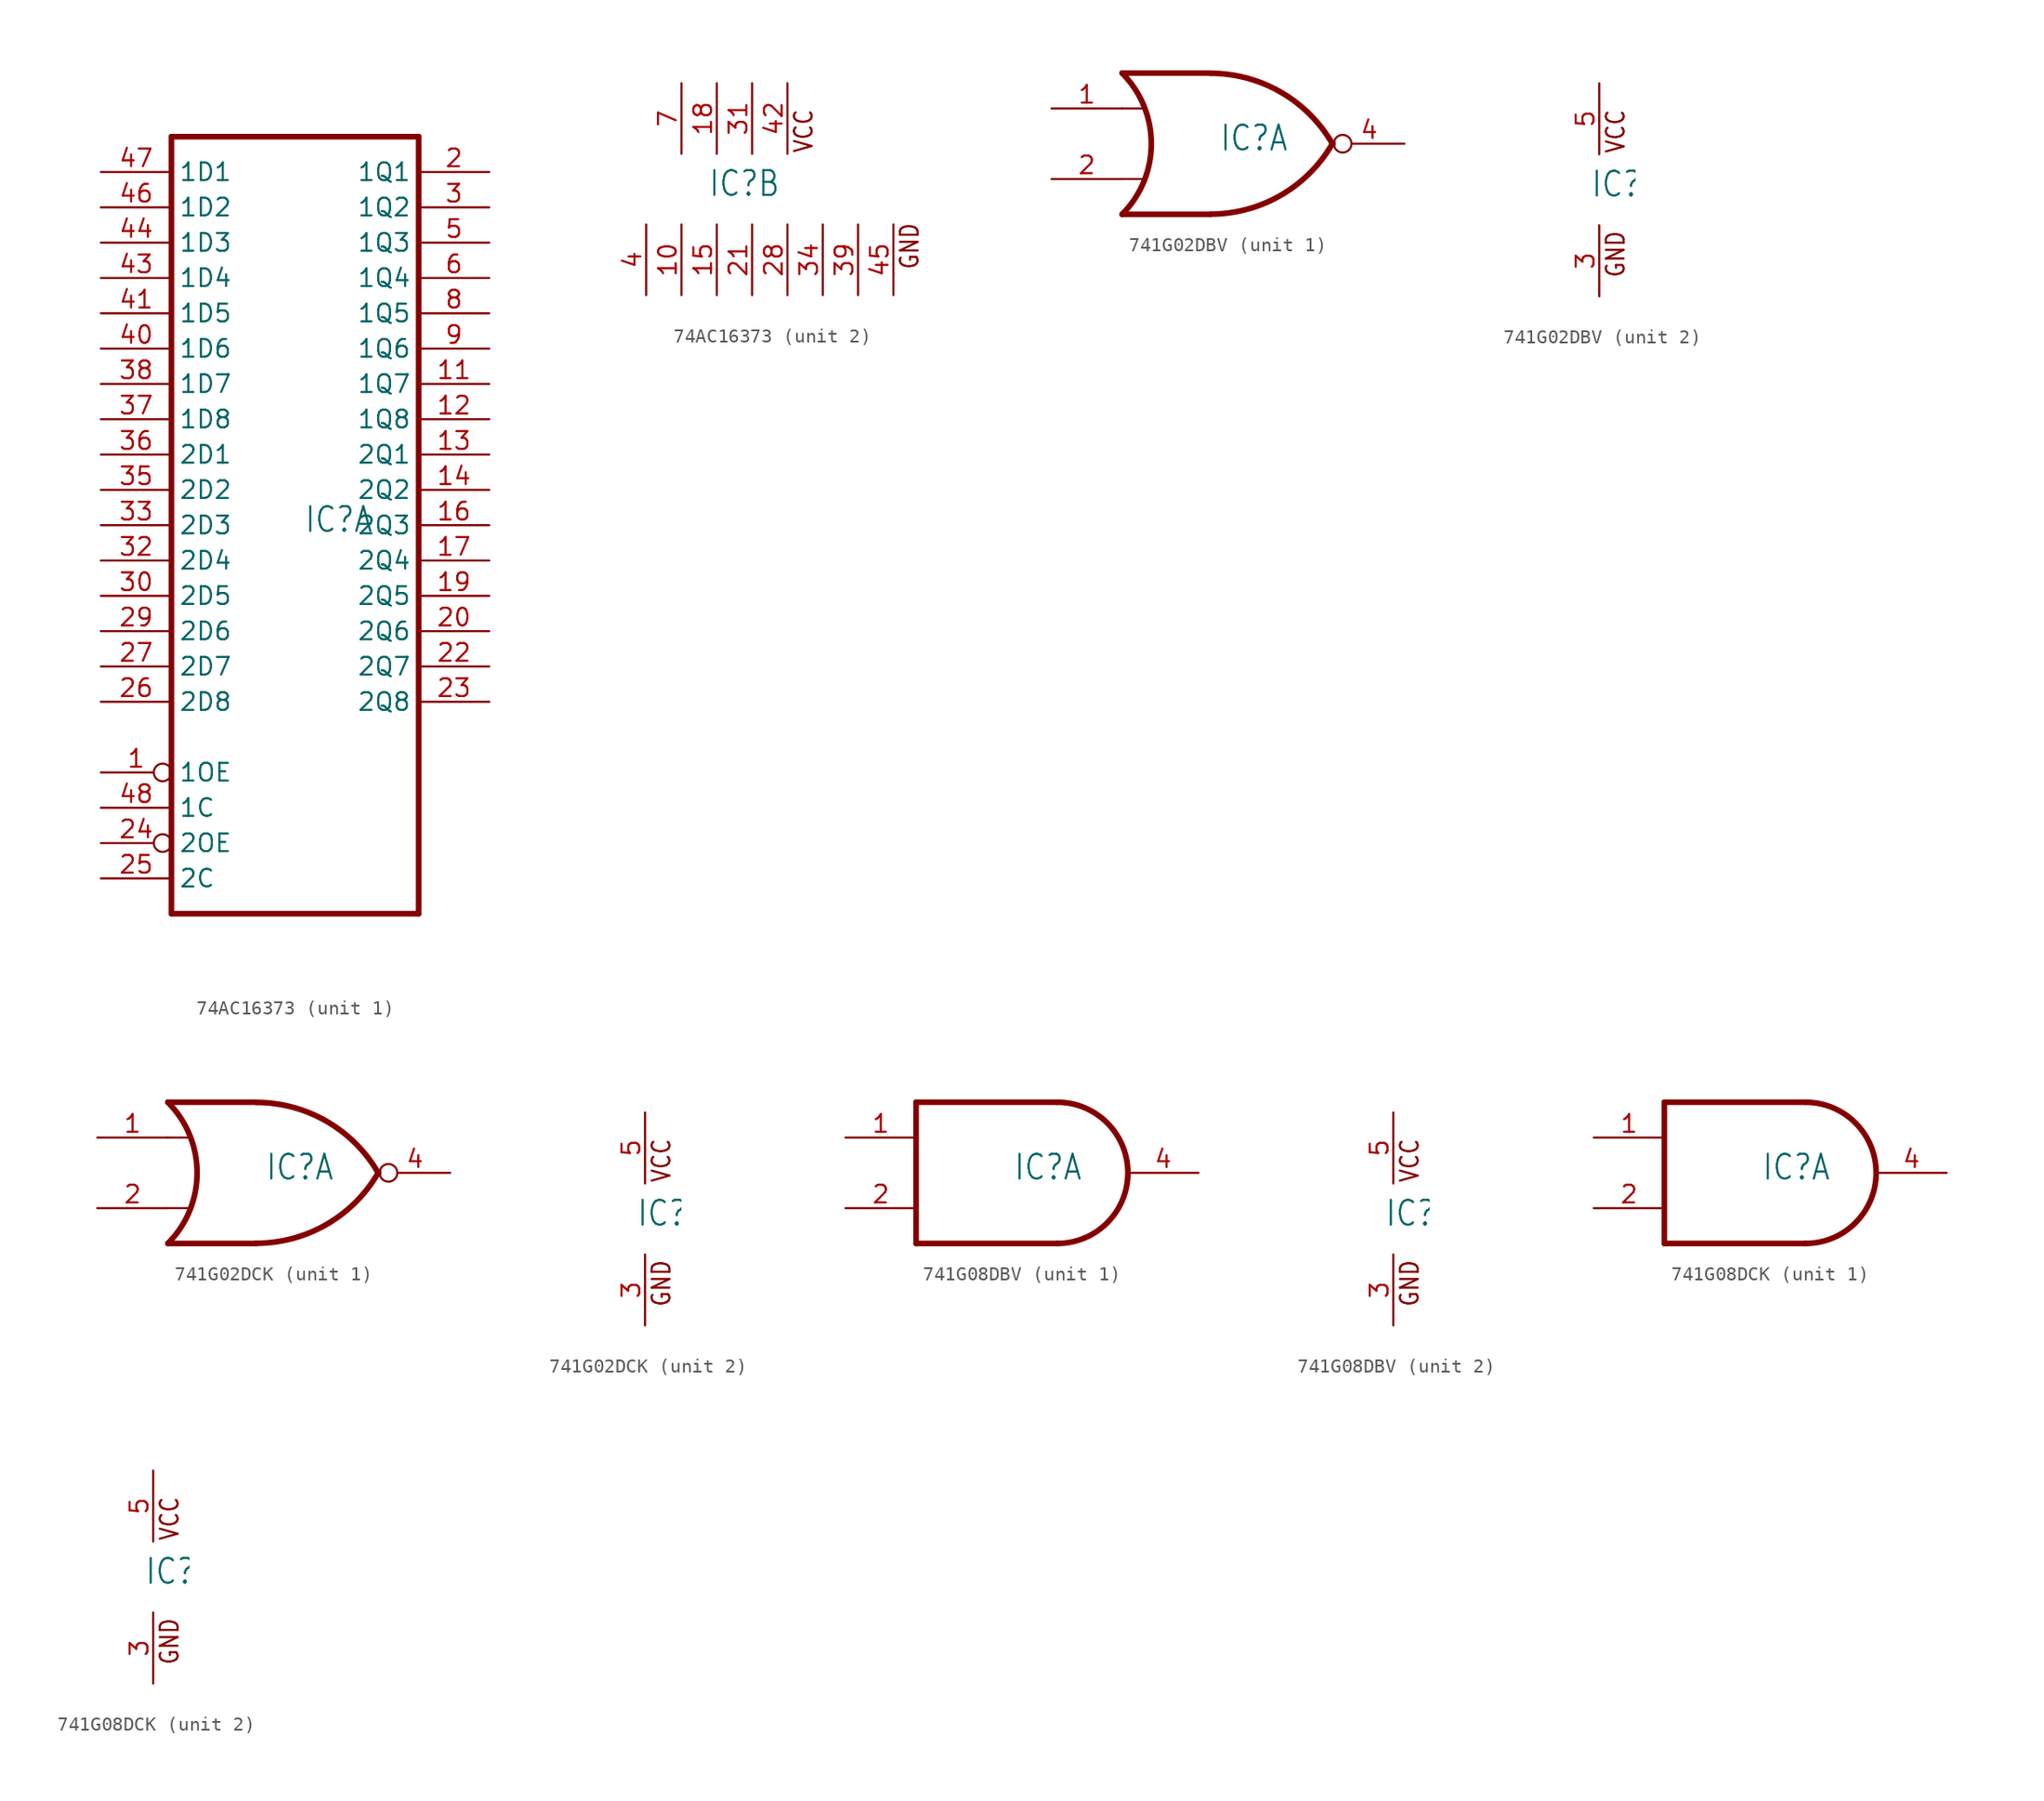
<source format=kicad_sym>
(kicad_symbol_lib
  (version 20231120)
  (generator "kicad_symbol_editor")
  (generator_version "8.0")
  (symbol "74AC16373"
    (property "Reference" "IC"
      (at -0.635 -0.635 0)
      (effects (font (size 1.778 1.511)) (justify left bottom)))
    (property "ki_locked" ""
      (at 0 0 0)
      (effects (font (size 1.27 1.27))))
    (symbol "74AC16373_1_0"
      (polyline (pts (xy -10.16 27.94) (xy -10.16 -27.94)) (stroke (width 0.406) (type solid)) (fill (type none)))
      (polyline (pts (xy -10.16 27.94) (xy 7.62 27.94)) (stroke (width 0.406) (type solid)) (fill (type none)))
      (polyline (pts (xy 7.62 -27.94) (xy -10.16 -27.94)) (stroke (width 0.406) (type solid)) (fill (type none)))
      (polyline (pts (xy 7.62 -27.94) (xy 7.62 27.94)) (stroke (width 0.406) (type solid)) (fill (type none)))
      (pin input inverted (at -15.24 -17.78 0) (length 5.08) (name "1OE" (effects (font (size 1.27 1.27)))) (number "1" (effects (font (size 1.27 1.27)))))
      (pin tri_state line (at 12.7 10.16 180) (length 5.08) (name "1Q7" (effects (font (size 1.27 1.27)))) (number "11" (effects (font (size 1.27 1.27)))))
      (pin tri_state line (at 12.7 7.62 180) (length 5.08) (name "1Q8" (effects (font (size 1.27 1.27)))) (number "12" (effects (font (size 1.27 1.27)))))
      (pin tri_state line (at 12.7 5.08 180) (length 5.08) (name "2Q1" (effects (font (size 1.27 1.27)))) (number "13" (effects (font (size 1.27 1.27)))))
      (pin tri_state line (at 12.7 2.54 180) (length 5.08) (name "2Q2" (effects (font (size 1.27 1.27)))) (number "14" (effects (font (size 1.27 1.27)))))
      (pin tri_state line (at 12.7 0 180) (length 5.08) (name "2Q3" (effects (font (size 1.27 1.27)))) (number "16" (effects (font (size 1.27 1.27)))))
      (pin tri_state line (at 12.7 -2.54 180) (length 5.08) (name "2Q4" (effects (font (size 1.27 1.27)))) (number "17" (effects (font (size 1.27 1.27)))))
      (pin tri_state line (at 12.7 -5.08 180) (length 5.08) (name "2Q5" (effects (font (size 1.27 1.27)))) (number "19" (effects (font (size 1.27 1.27)))))
      (pin tri_state line (at 12.7 25.4 180) (length 5.08) (name "1Q1" (effects (font (size 1.27 1.27)))) (number "2" (effects (font (size 1.27 1.27)))))
      (pin tri_state line (at 12.7 -7.62 180) (length 5.08) (name "2Q6" (effects (font (size 1.27 1.27)))) (number "20" (effects (font (size 1.27 1.27)))))
      (pin tri_state line (at 12.7 -10.16 180) (length 5.08) (name "2Q7" (effects (font (size 1.27 1.27)))) (number "22" (effects (font (size 1.27 1.27)))))
      (pin tri_state line (at 12.7 -12.7 180) (length 5.08) (name "2Q8" (effects (font (size 1.27 1.27)))) (number "23" (effects (font (size 1.27 1.27)))))
      (pin input inverted (at -15.24 -22.86 0) (length 5.08) (name "2OE" (effects (font (size 1.27 1.27)))) (number "24" (effects (font (size 1.27 1.27)))))
      (pin input line (at -15.24 -25.4 0) (length 5.08) (name "2C" (effects (font (size 1.27 1.27)))) (number "25" (effects (font (size 1.27 1.27)))))
      (pin input line (at -15.24 -12.7 0) (length 5.08) (name "2D8" (effects (font (size 1.27 1.27)))) (number "26" (effects (font (size 1.27 1.27)))))
      (pin input line (at -15.24 -10.16 0) (length 5.08) (name "2D7" (effects (font (size 1.27 1.27)))) (number "27" (effects (font (size 1.27 1.27)))))
      (pin input line (at -15.24 -7.62 0) (length 5.08) (name "2D6" (effects (font (size 1.27 1.27)))) (number "29" (effects (font (size 1.27 1.27)))))
      (pin tri_state line (at 12.7 22.86 180) (length 5.08) (name "1Q2" (effects (font (size 1.27 1.27)))) (number "3" (effects (font (size 1.27 1.27)))))
      (pin input line (at -15.24 -5.08 0) (length 5.08) (name "2D5" (effects (font (size 1.27 1.27)))) (number "30" (effects (font (size 1.27 1.27)))))
      (pin input line (at -15.24 -2.54 0) (length 5.08) (name "2D4" (effects (font (size 1.27 1.27)))) (number "32" (effects (font (size 1.27 1.27)))))
      (pin input line (at -15.24 0 0) (length 5.08) (name "2D3" (effects (font (size 1.27 1.27)))) (number "33" (effects (font (size 1.27 1.27)))))
      (pin input line (at -15.24 2.54 0) (length 5.08) (name "2D2" (effects (font (size 1.27 1.27)))) (number "35" (effects (font (size 1.27 1.27)))))
      (pin input line (at -15.24 5.08 0) (length 5.08) (name "2D1" (effects (font (size 1.27 1.27)))) (number "36" (effects (font (size 1.27 1.27)))))
      (pin input line (at -15.24 7.62 0) (length 5.08) (name "1D8" (effects (font (size 1.27 1.27)))) (number "37" (effects (font (size 1.27 1.27)))))
      (pin input line (at -15.24 10.16 0) (length 5.08) (name "1D7" (effects (font (size 1.27 1.27)))) (number "38" (effects (font (size 1.27 1.27)))))
      (pin input line (at -15.24 12.7 0) (length 5.08) (name "1D6" (effects (font (size 1.27 1.27)))) (number "40" (effects (font (size 1.27 1.27)))))
      (pin input line (at -15.24 15.24 0) (length 5.08) (name "1D5" (effects (font (size 1.27 1.27)))) (number "41" (effects (font (size 1.27 1.27)))))
      (pin input line (at -15.24 17.78 0) (length 5.08) (name "1D4" (effects (font (size 1.27 1.27)))) (number "43" (effects (font (size 1.27 1.27)))))
      (pin input line (at -15.24 20.32 0) (length 5.08) (name "1D3" (effects (font (size 1.27 1.27)))) (number "44" (effects (font (size 1.27 1.27)))))
      (pin input line (at -15.24 22.86 0) (length 5.08) (name "1D2" (effects (font (size 1.27 1.27)))) (number "46" (effects (font (size 1.27 1.27)))))
      (pin input line (at -15.24 25.4 0) (length 5.08) (name "1D1" (effects (font (size 1.27 1.27)))) (number "47" (effects (font (size 1.27 1.27)))))
      (pin input line (at -15.24 -20.32 0) (length 5.08) (name "1C" (effects (font (size 1.27 1.27)))) (number "48" (effects (font (size 1.27 1.27)))))
      (pin tri_state line (at 12.7 20.32 180) (length 5.08) (name "1Q3" (effects (font (size 1.27 1.27)))) (number "5" (effects (font (size 1.27 1.27)))))
      (pin tri_state line (at 12.7 17.78 180) (length 5.08) (name "1Q4" (effects (font (size 1.27 1.27)))) (number "6" (effects (font (size 1.27 1.27)))))
      (pin tri_state line (at 12.7 15.24 180) (length 5.08) (name "1Q5" (effects (font (size 1.27 1.27)))) (number "8" (effects (font (size 1.27 1.27)))))
      (pin tri_state line (at 12.7 12.7 180) (length 5.08) (name "1Q6" (effects (font (size 1.27 1.27)))) (number "9" (effects (font (size 1.27 1.27))))))
    (symbol "74AC16373_2_0"
      (text "GND" (at 14.605 -5.842 900) (effects (font (size 1.27 1.079)) (justify left bottom)))
      (text "VCC" (at 6.985 2.54 900) (effects (font (size 1.27 1.079)) (justify left bottom)))
      (pin power_in line (at -2.54 -7.62 90) (length 5.08) (name "GND@2" (effects (font (size 0 0)))) (number "10" (effects (font (size 1.27 1.27)))))
      (pin power_in line (at 0 -7.62 90) (length 5.08) (name "GND@3" (effects (font (size 0 0)))) (number "15" (effects (font (size 1.27 1.27)))))
      (pin power_in line (at 0 7.62 270) (length 5.08) (name "VCC@2" (effects (font (size 0 0)))) (number "18" (effects (font (size 1.27 1.27)))))
      (pin power_in line (at 2.54 -7.62 90) (length 5.08) (name "GND@4" (effects (font (size 0 0)))) (number "21" (effects (font (size 1.27 1.27)))))
      (pin power_in line (at 5.08 -7.62 90) (length 5.08) (name "GND@5" (effects (font (size 0 0)))) (number "28" (effects (font (size 1.27 1.27)))))
      (pin power_in line (at 2.54 7.62 270) (length 5.08) (name "VCC@3" (effects (font (size 0 0)))) (number "31" (effects (font (size 1.27 1.27)))))
      (pin power_in line (at 7.62 -7.62 90) (length 5.08) (name "GND@6" (effects (font (size 0 0)))) (number "34" (effects (font (size 1.27 1.27)))))
      (pin power_in line (at 10.16 -7.62 90) (length 5.08) (name "GND@7" (effects (font (size 0 0)))) (number "39" (effects (font (size 1.27 1.27)))))
      (pin power_in line (at -5.08 -7.62 90) (length 5.08) (name "GND@1" (effects (font (size 0 0)))) (number "4" (effects (font (size 1.27 1.27)))))
      (pin power_in line (at 5.08 7.62 270) (length 5.08) (name "VCC@4" (effects (font (size 0 0)))) (number "42" (effects (font (size 1.27 1.27)))))
      (pin power_in line (at 12.7 -7.62 90) (length 5.08) (name "GND@8" (effects (font (size 0 0)))) (number "45" (effects (font (size 1.27 1.27)))))
      (pin power_in line (at -2.54 7.62 270) (length 5.08) (name "VCC@1" (effects (font (size 0 0)))) (number "7" (effects (font (size 1.27 1.27)))))))
  (symbol "741G02DBV"
    (property "Reference" "IC"
      (at -0.635 -0.635 0)
      (effects (font (size 1.778 1.511)) (justify left bottom)))
    (property "ki_locked" ""
      (at 0 0 0)
      (effects (font (size 1.27 1.27))))
    (symbol "741G02DBV_1_0"
      (arc (start -7.62 -5.08) (mid -5.5158 0) (end -7.62 5.08) (stroke (width 0.4064) (type solid)) (fill (type none)))
      (arc (start -1.2446 -5.0678) (mid 3.8371 -3.6891) (end 7.5439 0.0506) (stroke (width 0.4064) (type solid)) (fill (type none)))
      (polyline (pts (xy -7.62 -2.54) (xy -6.096 -2.54)) (stroke (width 0.152) (type solid)) (fill (type none)))
      (polyline (pts (xy -7.62 2.54) (xy -6.096 2.54)) (stroke (width 0.152) (type solid)) (fill (type none)))
      (polyline (pts (xy -1.27 -5.08) (xy -7.62 -5.08)) (stroke (width 0.406) (type solid)) (fill (type none)))
      (polyline (pts (xy -1.27 5.08) (xy -7.62 5.08)) (stroke (width 0.406) (type solid)) (fill (type none)))
      (arc (start 7.5441 -0.0504) (mid 3.8372 3.6892) (end -1.2446 5.0678) (stroke (width 0.4064) (type solid)) (fill (type none)))
      (pin input line (at -12.7 2.54 0) (length 5.08) (name "I0" (effects (font (size 0 0)))) (number "1" (effects (font (size 1.27 1.27)))))
      (pin input line (at -12.7 -2.54 0) (length 5.08) (name "I1" (effects (font (size 0 0)))) (number "2" (effects (font (size 1.27 1.27)))))
      (pin output inverted (at 12.7 0 180) (length 5.08) (name "O" (effects (font (size 0 0)))) (number "4" (effects (font (size 1.27 1.27))))))
    (symbol "741G02DBV_2_0"
      (text "GND" (at 1.905 -6.35 900) (effects (font (size 1.27 1.079)) (justify left bottom)))
      (text "VCC" (at 1.905 2.54 900) (effects (font (size 1.27 1.079)) (justify left bottom)))
      (pin power_in line (at 0 -7.62 90) (length 5.08) (name "GND" (effects (font (size 0 0)))) (number "3" (effects (font (size 1.27 1.27)))))
      (pin power_in line (at 0 7.62 270) (length 5.08) (name "VCC" (effects (font (size 0 0)))) (number "5" (effects (font (size 1.27 1.27)))))))
  (symbol "741G02DCK"
    (property "Reference" "IC"
      (at -0.635 -0.635 0)
      (effects (font (size 1.778 1.511)) (justify left bottom)))
    (property "ki_locked" ""
      (at 0 0 0)
      (effects (font (size 1.27 1.27))))
    (symbol "741G02DCK_1_0"
      (arc (start -7.62 -5.08) (mid -5.5158 0) (end -7.62 5.08) (stroke (width 0.4064) (type solid)) (fill (type none)))
      (arc (start -1.2446 -5.0678) (mid 3.8371 -3.6891) (end 7.5439 0.0506) (stroke (width 0.4064) (type solid)) (fill (type none)))
      (polyline (pts (xy -7.62 -2.54) (xy -6.096 -2.54)) (stroke (width 0.152) (type solid)) (fill (type none)))
      (polyline (pts (xy -7.62 2.54) (xy -6.096 2.54)) (stroke (width 0.152) (type solid)) (fill (type none)))
      (polyline (pts (xy -1.27 -5.08) (xy -7.62 -5.08)) (stroke (width 0.406) (type solid)) (fill (type none)))
      (polyline (pts (xy -1.27 5.08) (xy -7.62 5.08)) (stroke (width 0.406) (type solid)) (fill (type none)))
      (arc (start 7.5441 -0.0504) (mid 3.8372 3.6892) (end -1.2446 5.0678) (stroke (width 0.4064) (type solid)) (fill (type none)))
      (pin input line (at -12.7 2.54 0) (length 5.08) (name "I0" (effects (font (size 0 0)))) (number "1" (effects (font (size 1.27 1.27)))))
      (pin input line (at -12.7 -2.54 0) (length 5.08) (name "I1" (effects (font (size 0 0)))) (number "2" (effects (font (size 1.27 1.27)))))
      (pin output inverted (at 12.7 0 180) (length 5.08) (name "O" (effects (font (size 0 0)))) (number "4" (effects (font (size 1.27 1.27))))))
    (symbol "741G02DCK_2_0"
      (text "GND" (at 1.905 -6.35 900) (effects (font (size 1.27 1.079)) (justify left bottom)))
      (text "VCC" (at 1.905 2.54 900) (effects (font (size 1.27 1.079)) (justify left bottom)))
      (pin power_in line (at 0 -7.62 90) (length 5.08) (name "GND" (effects (font (size 0 0)))) (number "3" (effects (font (size 1.27 1.27)))))
      (pin power_in line (at 0 7.62 270) (length 5.08) (name "VCC" (effects (font (size 0 0)))) (number "5" (effects (font (size 1.27 1.27)))))))
  (symbol "741G08DBV"
    (property "Reference" "IC"
      (at -0.635 -0.635 0)
      (effects (font (size 1.778 1.511)) (justify left bottom)))
    (property "ki_locked" ""
      (at 0 0 0)
      (effects (font (size 1.27 1.27))))
    (symbol "741G08DBV_1_0"
      (polyline (pts (xy -7.62 -5.08) (xy 2.54 -5.08)) (stroke (width 0.406) (type solid)) (fill (type none)))
      (polyline (pts (xy -7.62 5.08) (xy -7.62 -5.08)) (stroke (width 0.406) (type solid)) (fill (type none)))
      (polyline (pts (xy 2.54 5.08) (xy -7.62 5.08)) (stroke (width 0.406) (type solid)) (fill (type none)))
      (arc (start 2.5398 -5.08) (mid 7.6199 -0.0001) (end 2.54 5.08) (stroke (width 0.4064) (type solid)) (fill (type none)))
      (pin input line (at -12.7 2.54 0) (length 5.08) (name "I0" (effects (font (size 0 0)))) (number "1" (effects (font (size 1.27 1.27)))))
      (pin input line (at -12.7 -2.54 0) (length 5.08) (name "I1" (effects (font (size 0 0)))) (number "2" (effects (font (size 1.27 1.27)))))
      (pin output line (at 12.7 0 180) (length 5.08) (name "O" (effects (font (size 0 0)))) (number "4" (effects (font (size 1.27 1.27))))))
    (symbol "741G08DBV_2_0"
      (text "GND" (at 1.905 -6.35 900) (effects (font (size 1.27 1.079)) (justify left bottom)))
      (text "VCC" (at 1.905 2.54 900) (effects (font (size 1.27 1.079)) (justify left bottom)))
      (pin power_in line (at 0 -7.62 90) (length 5.08) (name "GND" (effects (font (size 0 0)))) (number "3" (effects (font (size 1.27 1.27)))))
      (pin power_in line (at 0 7.62 270) (length 5.08) (name "VCC" (effects (font (size 0 0)))) (number "5" (effects (font (size 1.27 1.27)))))))
  (symbol "741G08DCK"
    (property "Reference" "IC"
      (at -0.635 -0.635 0)
      (effects (font (size 1.778 1.511)) (justify left bottom)))
    (property "ki_locked" ""
      (at 0 0 0)
      (effects (font (size 1.27 1.27))))
    (symbol "741G08DCK_1_0"
      (polyline (pts (xy -7.62 -5.08) (xy 2.54 -5.08)) (stroke (width 0.406) (type solid)) (fill (type none)))
      (polyline (pts (xy -7.62 5.08) (xy -7.62 -5.08)) (stroke (width 0.406) (type solid)) (fill (type none)))
      (polyline (pts (xy 2.54 5.08) (xy -7.62 5.08)) (stroke (width 0.406) (type solid)) (fill (type none)))
      (arc (start 2.5398 -5.08) (mid 7.6199 -0.0001) (end 2.54 5.08) (stroke (width 0.4064) (type solid)) (fill (type none)))
      (pin input line (at -12.7 2.54 0) (length 5.08) (name "I0" (effects (font (size 0 0)))) (number "1" (effects (font (size 1.27 1.27)))))
      (pin input line (at -12.7 -2.54 0) (length 5.08) (name "I1" (effects (font (size 0 0)))) (number "2" (effects (font (size 1.27 1.27)))))
      (pin output line (at 12.7 0 180) (length 5.08) (name "O" (effects (font (size 0 0)))) (number "4" (effects (font (size 1.27 1.27))))))
    (symbol "741G08DCK_2_0"
      (text "GND" (at 1.905 -6.35 900) (effects (font (size 1.27 1.079)) (justify left bottom)))
      (text "VCC" (at 1.905 2.54 900) (effects (font (size 1.27 1.079)) (justify left bottom)))
      (pin power_in line (at 0 -7.62 90) (length 5.08) (name "GND" (effects (font (size 0 0)))) (number "3" (effects (font (size 1.27 1.27)))))
      (pin power_in line (at 0 7.62 270) (length 5.08) (name "VCC" (effects (font (size 0 0)))) (number "5" (effects (font (size 1.27 1.27))))))))
</source>
